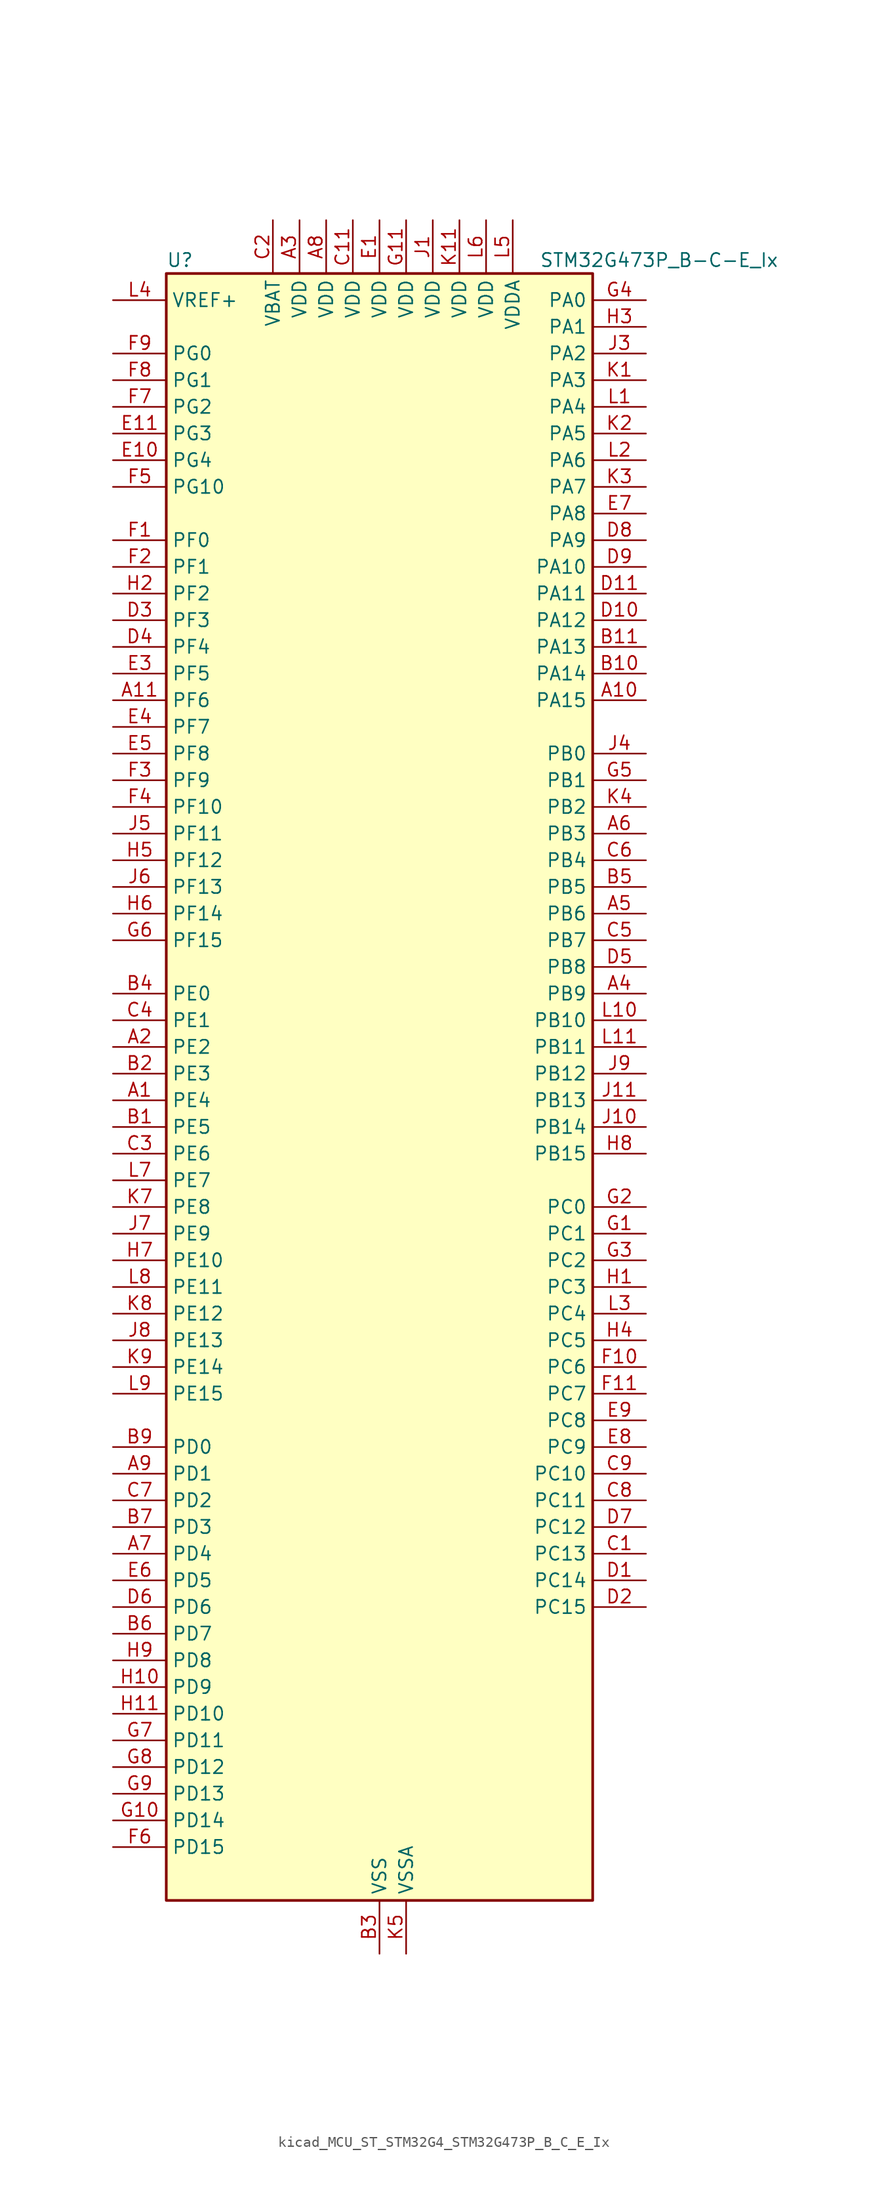
<source format=kicad_sym>
(kicad_symbol_lib
  (version 20220914)
  (generator kicad_symbol_editor)
  (symbol "kicad_MCU_ST_STM32G4_STM32G473P_B_C_E_Ix"
    (property "Reference" "U"
      (at -20.32 80.01 0)
      (effects (font (size 1.27 1.27)) (justify left)))
    (property "Value" "STM32G473P_B-C-E_Ix"
      (at 15.24 80.01 0)
      (effects (font (size 1.27 1.27)) (justify left)))
    (property "ki_locked" ""
      (at 0 0 0)
      (effects (font (size 1.27 1.27))))
    (symbol "kicad_MCU_ST_STM32G4_STM32G473P_B_C_E_Ix_0_1"
      (rectangle (start -20.32 -76.2) (end 20.32 78.74) (stroke (width 0.254) (type default)) (fill (type background))))
    (symbol "kicad_MCU_ST_STM32G4_STM32G473P_B_C_E_Ix_1_1"
      (pin bidirectional line (at -25.4 0 0) (length 5.08) (name "PE4" (effects (font (size 1.27 1.27)))) (number "A1" (effects (font (size 1.27 1.27)))) (alternate "FMC_A20" bidirectional line) (alternate "SAI1_D2" bidirectional line) (alternate "SAI1_FS_A" bidirectional line) (alternate "SPI4_NSS" bidirectional line) (alternate "SYS_TRACED1" bidirectional line) (alternate "TIM20_CH1N" bidirectional line) (alternate "TIM3_CH3" bidirectional line))
      (pin bidirectional line (at 25.4 38.1 180) (length 5.08) (name "PA15" (effects (font (size 1.27 1.27)))) (number "A10" (effects (font (size 1.27 1.27)))) (alternate "ADC1_EXTI15" bidirectional line) (alternate "ADC2_EXTI15" bidirectional line) (alternate "FDCAN3_TX" bidirectional line) (alternate "I2C1_SCL" bidirectional line) (alternate "I2S3_WS" bidirectional line) (alternate "SPI1_NSS" bidirectional line) (alternate "SPI3_NSS" bidirectional line) (alternate "SYS_JTDI" bidirectional line) (alternate "TIM1_BKIN" bidirectional line) (alternate "TIM2_CH1" bidirectional line) (alternate "TIM2_ETR" bidirectional line) (alternate "TIM8_CH1" bidirectional line) (alternate "UART4_DE" bidirectional line) (alternate "UART4_RTS" bidirectional line) (alternate "USART2_RX" bidirectional line))
      (pin bidirectional line (at -25.4 38.1 0) (length 5.08) (name "PF6" (effects (font (size 1.27 1.27)))) (number "A11" (effects (font (size 1.27 1.27)))) (alternate "I2C2_SCL" bidirectional line) (alternate "QUADSPI1_BK1_IO3" bidirectional line) (alternate "SAI1_SD_B" bidirectional line) (alternate "TIM4_CH4" bidirectional line) (alternate "TIM5_CH1" bidirectional line) (alternate "TIM5_ETR" bidirectional line) (alternate "USART3_RTS" bidirectional line))
      (pin bidirectional line (at -25.4 5.08 0) (length 5.08) (name "PE2" (effects (font (size 1.27 1.27)))) (number "A2" (effects (font (size 1.27 1.27)))) (alternate "ADC3_EXTI2" bidirectional line) (alternate "ADC4_EXTI2" bidirectional line) (alternate "ADC5_EXTI2" bidirectional line) (alternate "FMC_A23" bidirectional line) (alternate "SAI1_CK1" bidirectional line) (alternate "SAI1_MCLK_A" bidirectional line) (alternate "SPI4_SCK" bidirectional line) (alternate "SYS_TRACECLK" bidirectional line) (alternate "TIM20_CH1" bidirectional line) (alternate "TIM3_CH1" bidirectional line))
      (pin power_in line (at -7.62 83.82 270) (length 5.08) (name "VDD" (effects (font (size 1.27 1.27)))) (number "A3" (effects (font (size 1.27 1.27)))))
      (pin bidirectional line (at 25.4 10.16 180) (length 5.08) (name "PB9" (effects (font (size 1.27 1.27)))) (number "A4" (effects (font (size 1.27 1.27)))) (alternate "COMP2_OUT" bidirectional line) (alternate "DAC1_EXTI9" bidirectional line) (alternate "DAC2_EXTI9" bidirectional line) (alternate "DAC3_EXTI9" bidirectional line) (alternate "DAC4_EXTI9" bidirectional line) (alternate "FDCAN1_TX" bidirectional line) (alternate "I2C1_SDA" bidirectional line) (alternate "IR_OUT" bidirectional line) (alternate "SAI1_D2" bidirectional line) (alternate "SAI1_FS_A" bidirectional line) (alternate "TIM17_CH1" bidirectional line) (alternate "TIM1_CH3N" bidirectional line) (alternate "TIM4_CH4" bidirectional line) (alternate "TIM8_CH3" bidirectional line) (alternate "USART3_TX" bidirectional line))
      (pin bidirectional line (at 25.4 17.78 180) (length 5.08) (name "PB6" (effects (font (size 1.27 1.27)))) (number "A5" (effects (font (size 1.27 1.27)))) (alternate "COMP4_OUT" bidirectional line) (alternate "FDCAN2_TX" bidirectional line) (alternate "LPTIM1_ETR" bidirectional line) (alternate "SAI1_FS_B" bidirectional line) (alternate "TIM16_CH1N" bidirectional line) (alternate "TIM4_CH1" bidirectional line) (alternate "TIM8_BKIN2" bidirectional line) (alternate "TIM8_CH1" bidirectional line) (alternate "TIM8_ETR" bidirectional line) (alternate "UCPD1_CC1" bidirectional line) (alternate "USART1_TX" bidirectional line))
      (pin bidirectional line (at 25.4 25.4 180) (length 5.08) (name "PB3" (effects (font (size 1.27 1.27)))) (number "A6" (effects (font (size 1.27 1.27)))) (alternate "ADC3_EXTI3" bidirectional line) (alternate "ADC4_EXTI3" bidirectional line) (alternate "ADC5_EXTI3" bidirectional line) (alternate "CRS_SYNC" bidirectional line) (alternate "FDCAN3_RX" bidirectional line) (alternate "I2S3_CK" bidirectional line) (alternate "SAI1_SCK_B" bidirectional line) (alternate "SPI1_SCK" bidirectional line) (alternate "SPI3_SCK" bidirectional line) (alternate "SYS_JTDO-SWO" bidirectional line) (alternate "TIM2_CH2" bidirectional line) (alternate "TIM3_ETR" bidirectional line) (alternate "TIM4_ETR" bidirectional line) (alternate "TIM8_CH1N" bidirectional line) (alternate "USART2_TX" bidirectional line))
      (pin bidirectional line (at -25.4 -43.18 0) (length 5.08) (name "PD4" (effects (font (size 1.27 1.27)))) (number "A7" (effects (font (size 1.27 1.27)))) (alternate "FMC_NOE" bidirectional line) (alternate "QUADSPI1_BK2_IO0" bidirectional line) (alternate "TIM2_CH2" bidirectional line) (alternate "USART2_DE" bidirectional line) (alternate "USART2_RTS" bidirectional line))
      (pin power_in line (at -5.08 83.82 270) (length 5.08) (name "VDD" (effects (font (size 1.27 1.27)))) (number "A8" (effects (font (size 1.27 1.27)))))
      (pin bidirectional line (at -25.4 -35.56 0) (length 5.08) (name "PD1" (effects (font (size 1.27 1.27)))) (number "A9" (effects (font (size 1.27 1.27)))) (alternate "FDCAN1_TX" bidirectional line) (alternate "FMC_D3" bidirectional line) (alternate "FMC_DA3" bidirectional line) (alternate "TIM8_BKIN2" bidirectional line) (alternate "TIM8_CH4" bidirectional line))
      (pin bidirectional line (at -25.4 -2.54 0) (length 5.08) (name "PE5" (effects (font (size 1.27 1.27)))) (number "B1" (effects (font (size 1.27 1.27)))) (alternate "FMC_A21" bidirectional line) (alternate "SAI1_CK2" bidirectional line) (alternate "SAI1_SCK_A" bidirectional line) (alternate "SPI4_MISO" bidirectional line) (alternate "SYS_TRACED2" bidirectional line) (alternate "TIM20_CH2N" bidirectional line) (alternate "TIM3_CH4" bidirectional line))
      (pin bidirectional line (at 25.4 40.64 180) (length 5.08) (name "PA14" (effects (font (size 1.27 1.27)))) (number "B10" (effects (font (size 1.27 1.27)))) (alternate "I2C1_SDA" bidirectional line) (alternate "I2C4_SMBA" bidirectional line) (alternate "LPTIM1_OUT" bidirectional line) (alternate "SAI1_FS_B" bidirectional line) (alternate "SYS_JTCK-SWCLK" bidirectional line) (alternate "TIM1_BKIN" bidirectional line) (alternate "TIM8_CH2" bidirectional line) (alternate "USART2_TX" bidirectional line))
      (pin bidirectional line (at 25.4 43.18 180) (length 5.08) (name "PA13" (effects (font (size 1.27 1.27)))) (number "B11" (effects (font (size 1.27 1.27)))) (alternate "I2C1_SCL" bidirectional line) (alternate "I2C4_SCL" bidirectional line) (alternate "IR_OUT" bidirectional line) (alternate "SAI1_SD_B" bidirectional line) (alternate "SYS_JTMS-SWDIO" bidirectional line) (alternate "TIM16_CH1N" bidirectional line) (alternate "TIM4_CH3" bidirectional line) (alternate "USART3_CTS" bidirectional line) (alternate "USART3_NSS" bidirectional line))
      (pin bidirectional line (at -25.4 2.54 0) (length 5.08) (name "PE3" (effects (font (size 1.27 1.27)))) (number "B2" (effects (font (size 1.27 1.27)))) (alternate "ADC3_EXTI3" bidirectional line) (alternate "ADC4_EXTI3" bidirectional line) (alternate "ADC5_EXTI3" bidirectional line) (alternate "FMC_A19" bidirectional line) (alternate "SAI1_SD_B" bidirectional line) (alternate "SPI4_NSS" bidirectional line) (alternate "SYS_TRACED0" bidirectional line) (alternate "TIM20_CH2" bidirectional line) (alternate "TIM3_CH2" bidirectional line))
      (pin power_in line (at 0 -81.28 90) (length 5.08) (name "VSS" (effects (font (size 1.27 1.27)))) (number "B3" (effects (font (size 1.27 1.27)))))
      (pin bidirectional line (at -25.4 10.16 0) (length 5.08) (name "PE0" (effects (font (size 1.27 1.27)))) (number "B4" (effects (font (size 1.27 1.27)))) (alternate "FMC_NBL0" bidirectional line) (alternate "TIM16_CH1" bidirectional line) (alternate "TIM20_CH4N" bidirectional line) (alternate "TIM20_ETR" bidirectional line) (alternate "TIM4_ETR" bidirectional line) (alternate "USART1_TX" bidirectional line))
      (pin bidirectional line (at 25.4 20.32 180) (length 5.08) (name "PB5" (effects (font (size 1.27 1.27)))) (number "B5" (effects (font (size 1.27 1.27)))) (alternate "FDCAN2_RX" bidirectional line) (alternate "I2C1_SMBA" bidirectional line) (alternate "I2C3_SDA" bidirectional line) (alternate "I2S3_SD" bidirectional line) (alternate "LPTIM1_IN1" bidirectional line) (alternate "SAI1_SD_B" bidirectional line) (alternate "SPI1_MOSI" bidirectional line) (alternate "SPI3_MOSI" bidirectional line) (alternate "TIM16_BKIN" bidirectional line) (alternate "TIM17_CH1" bidirectional line) (alternate "TIM3_CH2" bidirectional line) (alternate "TIM8_CH3N" bidirectional line) (alternate "UART5_CTS" bidirectional line) (alternate "USART2_CK" bidirectional line))
      (pin bidirectional line (at -25.4 -50.8 0) (length 5.08) (name "PD7" (effects (font (size 1.27 1.27)))) (number "B6" (effects (font (size 1.27 1.27)))) (alternate "FMC_NCE" bidirectional line) (alternate "FMC_NE1" bidirectional line) (alternate "QUADSPI1_BK2_IO3" bidirectional line) (alternate "TIM2_CH3" bidirectional line) (alternate "USART2_CK" bidirectional line))
      (pin bidirectional line (at -25.4 -40.64 0) (length 5.08) (name "PD3" (effects (font (size 1.27 1.27)))) (number "B7" (effects (font (size 1.27 1.27)))) (alternate "ADC3_EXTI3" bidirectional line) (alternate "ADC4_EXTI3" bidirectional line) (alternate "ADC5_EXTI3" bidirectional line) (alternate "FMC_CLK" bidirectional line) (alternate "QUADSPI1_BK2_NCS" bidirectional line) (alternate "TIM2_CH1" bidirectional line) (alternate "TIM2_ETR" bidirectional line) (alternate "USART2_CTS" bidirectional line) (alternate "USART2_NSS" bidirectional line))
      (pin passive line (at 0 -81.28 90) (length 5.08) hide (name "VSS" (effects (font (size 1.27 1.27)))) (number "B8" (effects (font (size 1.27 1.27)))))
      (pin bidirectional line (at -25.4 -33.02 0) (length 5.08) (name "PD0" (effects (font (size 1.27 1.27)))) (number "B9" (effects (font (size 1.27 1.27)))) (alternate "FDCAN1_RX" bidirectional line) (alternate "FMC_D2" bidirectional line) (alternate "FMC_DA2" bidirectional line) (alternate "TIM8_CH4N" bidirectional line))
      (pin bidirectional line (at 25.4 -43.18 180) (length 5.08) (name "PC13" (effects (font (size 1.27 1.27)))) (number "C1" (effects (font (size 1.27 1.27)))) (alternate "RTC_OUT1" bidirectional line) (alternate "RTC_TAMP1" bidirectional line) (alternate "RTC_TS" bidirectional line) (alternate "SYS_WKUP2" bidirectional line) (alternate "TIM1_BKIN" bidirectional line) (alternate "TIM1_CH1N" bidirectional line) (alternate "TIM8_CH4N" bidirectional line))
      (pin passive line (at 0 -81.28 90) (length 5.08) hide (name "VSS" (effects (font (size 1.27 1.27)))) (number "C10" (effects (font (size 1.27 1.27)))))
      (pin power_in line (at -2.54 83.82 270) (length 5.08) (name "VDD" (effects (font (size 1.27 1.27)))) (number "C11" (effects (font (size 1.27 1.27)))))
      (pin power_in line (at -10.16 83.82 270) (length 5.08) (name "VBAT" (effects (font (size 1.27 1.27)))) (number "C2" (effects (font (size 1.27 1.27)))))
      (pin bidirectional line (at -25.4 -5.08 0) (length 5.08) (name "PE6" (effects (font (size 1.27 1.27)))) (number "C3" (effects (font (size 1.27 1.27)))) (alternate "FMC_A22" bidirectional line) (alternate "RTC_TAMP3" bidirectional line) (alternate "SAI1_D1" bidirectional line) (alternate "SAI1_SD_A" bidirectional line) (alternate "SPI4_MOSI" bidirectional line) (alternate "SYS_TRACED3" bidirectional line) (alternate "SYS_WKUP3" bidirectional line) (alternate "TIM20_CH3N" bidirectional line))
      (pin bidirectional line (at -25.4 7.62 0) (length 5.08) (name "PE1" (effects (font (size 1.27 1.27)))) (number "C4" (effects (font (size 1.27 1.27)))) (alternate "FMC_NBL1" bidirectional line) (alternate "TIM17_CH1" bidirectional line) (alternate "TIM20_CH4" bidirectional line) (alternate "USART1_RX" bidirectional line))
      (pin bidirectional line (at 25.4 15.24 180) (length 5.08) (name "PB7" (effects (font (size 1.27 1.27)))) (number "C5" (effects (font (size 1.27 1.27)))) (alternate "COMP3_OUT" bidirectional line) (alternate "FMC_NL" bidirectional line) (alternate "I2C1_SDA" bidirectional line) (alternate "I2C4_SDA" bidirectional line) (alternate "LPTIM1_IN2" bidirectional line) (alternate "SYS_PVD_IN" bidirectional line) (alternate "TIM17_CH1N" bidirectional line) (alternate "TIM3_CH4" bidirectional line) (alternate "TIM4_CH2" bidirectional line) (alternate "TIM8_BKIN" bidirectional line) (alternate "UART4_CTS" bidirectional line) (alternate "USART1_RX" bidirectional line))
      (pin bidirectional line (at 25.4 22.86 180) (length 5.08) (name "PB4" (effects (font (size 1.27 1.27)))) (number "C6" (effects (font (size 1.27 1.27)))) (alternate "FDCAN3_TX" bidirectional line) (alternate "SAI1_MCLK_B" bidirectional line) (alternate "SPI1_MISO" bidirectional line) (alternate "SPI3_MISO" bidirectional line) (alternate "SYS_JTRST" bidirectional line) (alternate "TIM16_CH1" bidirectional line) (alternate "TIM17_BKIN" bidirectional line) (alternate "TIM3_CH1" bidirectional line) (alternate "TIM8_CH2N" bidirectional line) (alternate "UART5_DE" bidirectional line) (alternate "UART5_RTS" bidirectional line) (alternate "UCPD1_CC2" bidirectional line) (alternate "USART2_RX" bidirectional line))
      (pin bidirectional line (at -25.4 -38.1 0) (length 5.08) (name "PD2" (effects (font (size 1.27 1.27)))) (number "C7" (effects (font (size 1.27 1.27)))) (alternate "ADC3_EXTI2" bidirectional line) (alternate "ADC4_EXTI2" bidirectional line) (alternate "ADC5_EXTI2" bidirectional line) (alternate "TIM3_ETR" bidirectional line) (alternate "TIM8_BKIN" bidirectional line) (alternate "UART5_RX" bidirectional line))
      (pin bidirectional line (at 25.4 -38.1 180) (length 5.08) (name "PC11" (effects (font (size 1.27 1.27)))) (number "C8" (effects (font (size 1.27 1.27)))) (alternate "ADC1_EXTI11" bidirectional line) (alternate "ADC2_EXTI11" bidirectional line) (alternate "I2C3_SDA" bidirectional line) (alternate "SPI3_MISO" bidirectional line) (alternate "TIM8_CH2N" bidirectional line) (alternate "UART4_RX" bidirectional line) (alternate "USART3_RX" bidirectional line))
      (pin bidirectional line (at 25.4 -35.56 180) (length 5.08) (name "PC10" (effects (font (size 1.27 1.27)))) (number "C9" (effects (font (size 1.27 1.27)))) (alternate "DAC1_EXTI10" bidirectional line) (alternate "DAC2_EXTI10" bidirectional line) (alternate "DAC3_EXTI10" bidirectional line) (alternate "DAC4_EXTI10" bidirectional line) (alternate "I2S3_CK" bidirectional line) (alternate "SPI3_SCK" bidirectional line) (alternate "TIM8_CH1N" bidirectional line) (alternate "UART4_TX" bidirectional line) (alternate "USART3_TX" bidirectional line))
      (pin bidirectional line (at 25.4 -45.72 180) (length 5.08) (name "PC14" (effects (font (size 1.27 1.27)))) (number "D1" (effects (font (size 1.27 1.27)))) (alternate "RCC_OSC32_IN" bidirectional line))
      (pin bidirectional line (at 25.4 45.72 180) (length 5.08) (name "PA12" (effects (font (size 1.27 1.27)))) (number "D10" (effects (font (size 1.27 1.27)))) (alternate "COMP2_OUT" bidirectional line) (alternate "FDCAN1_TX" bidirectional line) (alternate "I2S_CKIN" bidirectional line) (alternate "TIM16_CH1" bidirectional line) (alternate "TIM1_CH2N" bidirectional line) (alternate "TIM1_ETR" bidirectional line) (alternate "TIM4_CH2" bidirectional line) (alternate "USART1_DE" bidirectional line) (alternate "USART1_RTS" bidirectional line) (alternate "USB_DP" bidirectional line))
      (pin bidirectional line (at 25.4 48.26 180) (length 5.08) (name "PA11" (effects (font (size 1.27 1.27)))) (number "D11" (effects (font (size 1.27 1.27)))) (alternate "ADC1_EXTI11" bidirectional line) (alternate "ADC2_EXTI11" bidirectional line) (alternate "COMP1_OUT" bidirectional line) (alternate "FDCAN1_RX" bidirectional line) (alternate "I2S2_SD" bidirectional line) (alternate "SPI2_MOSI" bidirectional line) (alternate "TIM1_BKIN2" bidirectional line) (alternate "TIM1_CH1N" bidirectional line) (alternate "TIM1_CH4" bidirectional line) (alternate "TIM4_CH1" bidirectional line) (alternate "USART1_CTS" bidirectional line) (alternate "USART1_NSS" bidirectional line) (alternate "USB_DM" bidirectional line))
      (pin bidirectional line (at 25.4 -48.26 180) (length 5.08) (name "PC15" (effects (font (size 1.27 1.27)))) (number "D2" (effects (font (size 1.27 1.27)))) (alternate "ADC1_EXTI15" bidirectional line) (alternate "ADC2_EXTI15" bidirectional line) (alternate "RCC_OSC32_OUT" bidirectional line))
      (pin bidirectional line (at -25.4 45.72 0) (length 5.08) (name "PF3" (effects (font (size 1.27 1.27)))) (number "D3" (effects (font (size 1.27 1.27)))) (alternate "ADC3_EXTI3" bidirectional line) (alternate "ADC4_EXTI3" bidirectional line) (alternate "ADC5_EXTI3" bidirectional line) (alternate "FMC_A3" bidirectional line) (alternate "I2C3_SCL" bidirectional line) (alternate "TIM20_CH4" bidirectional line))
      (pin bidirectional line (at -25.4 43.18 0) (length 5.08) (name "PF4" (effects (font (size 1.27 1.27)))) (number "D4" (effects (font (size 1.27 1.27)))) (alternate "COMP1_OUT" bidirectional line) (alternate "FMC_A4" bidirectional line) (alternate "I2C3_SDA" bidirectional line) (alternate "TIM20_CH1N" bidirectional line))
      (pin bidirectional line (at 25.4 12.7 180) (length 5.08) (name "PB8" (effects (font (size 1.27 1.27)))) (number "D5" (effects (font (size 1.27 1.27)))) (alternate "COMP1_OUT" bidirectional line) (alternate "FDCAN1_RX" bidirectional line) (alternate "I2C1_SCL" bidirectional line) (alternate "SAI1_CK1" bidirectional line) (alternate "SAI1_MCLK_A" bidirectional line) (alternate "TIM16_CH1" bidirectional line) (alternate "TIM1_BKIN" bidirectional line) (alternate "TIM4_CH3" bidirectional line) (alternate "TIM8_CH2" bidirectional line) (alternate "USART3_RX" bidirectional line))
      (pin bidirectional line (at -25.4 -48.26 0) (length 5.08) (name "PD6" (effects (font (size 1.27 1.27)))) (number "D6" (effects (font (size 1.27 1.27)))) (alternate "FMC_NWAIT" bidirectional line) (alternate "QUADSPI1_BK2_IO2" bidirectional line) (alternate "SAI1_D1" bidirectional line) (alternate "SAI1_SD_A" bidirectional line) (alternate "TIM2_CH4" bidirectional line) (alternate "USART2_RX" bidirectional line))
      (pin bidirectional line (at 25.4 -40.64 180) (length 5.08) (name "PC12" (effects (font (size 1.27 1.27)))) (number "D7" (effects (font (size 1.27 1.27)))) (alternate "I2S3_SD" bidirectional line) (alternate "SPI3_MOSI" bidirectional line) (alternate "TIM5_CH2" bidirectional line) (alternate "TIM8_CH3N" bidirectional line) (alternate "UART5_TX" bidirectional line) (alternate "UCPD1_FRSTX1" bidirectional line) (alternate "UCPD1_FRSTX2" bidirectional line) (alternate "USART3_CK" bidirectional line))
      (pin bidirectional line (at 25.4 53.34 180) (length 5.08) (name "PA9" (effects (font (size 1.27 1.27)))) (number "D8" (effects (font (size 1.27 1.27)))) (alternate "ADC5_IN2" bidirectional line) (alternate "COMP5_OUT" bidirectional line) (alternate "DAC1_EXTI9" bidirectional line) (alternate "DAC2_EXTI9" bidirectional line) (alternate "DAC3_EXTI9" bidirectional line) (alternate "DAC4_EXTI9" bidirectional line) (alternate "I2C2_SCL" bidirectional line) (alternate "I2C3_SMBA" bidirectional line) (alternate "I2S3_MCK" bidirectional line) (alternate "SAI1_FS_A" bidirectional line) (alternate "TIM15_BKIN" bidirectional line) (alternate "TIM1_CH2" bidirectional line) (alternate "TIM2_CH3" bidirectional line) (alternate "UCPD1_DBCC1" bidirectional line) (alternate "USART1_TX" bidirectional line))
      (pin bidirectional line (at 25.4 50.8 180) (length 5.08) (name "PA10" (effects (font (size 1.27 1.27)))) (number "D9" (effects (font (size 1.27 1.27)))) (alternate "COMP6_OUT" bidirectional line) (alternate "CRS_SYNC" bidirectional line) (alternate "DAC1_EXTI10" bidirectional line) (alternate "DAC2_EXTI10" bidirectional line) (alternate "DAC3_EXTI10" bidirectional line) (alternate "DAC4_EXTI10" bidirectional line) (alternate "I2C2_SMBA" bidirectional line) (alternate "SAI1_D1" bidirectional line) (alternate "SAI1_SD_A" bidirectional line) (alternate "SPI2_MISO" bidirectional line) (alternate "TIM17_BKIN" bidirectional line) (alternate "TIM1_CH3" bidirectional line) (alternate "TIM2_CH4" bidirectional line) (alternate "TIM8_BKIN" bidirectional line) (alternate "UCPD1_DBCC2" bidirectional line) (alternate "USART1_RX" bidirectional line))
      (pin power_in line (at 0 83.82 270) (length 5.08) (name "VDD" (effects (font (size 1.27 1.27)))) (number "E1" (effects (font (size 1.27 1.27)))))
      (pin bidirectional line (at -25.4 60.96 0) (length 5.08) (name "PG4" (effects (font (size 1.27 1.27)))) (number "E10" (effects (font (size 1.27 1.27)))) (alternate "FMC_A14" bidirectional line) (alternate "I2C4_SDA" bidirectional line) (alternate "SPI1_MOSI" bidirectional line) (alternate "TIM20_BKIN2" bidirectional line))
      (pin bidirectional line (at -25.4 63.5 0) (length 5.08) (name "PG3" (effects (font (size 1.27 1.27)))) (number "E11" (effects (font (size 1.27 1.27)))) (alternate "ADC3_EXTI3" bidirectional line) (alternate "ADC4_EXTI3" bidirectional line) (alternate "ADC5_EXTI3" bidirectional line) (alternate "FMC_A13" bidirectional line) (alternate "I2C4_SCL" bidirectional line) (alternate "SPI1_MISO" bidirectional line) (alternate "TIM20_BKIN" bidirectional line) (alternate "TIM20_CH4N" bidirectional line))
      (pin passive line (at 0 -81.28 90) (length 5.08) hide (name "VSS" (effects (font (size 1.27 1.27)))) (number "E2" (effects (font (size 1.27 1.27)))))
      (pin bidirectional line (at -25.4 40.64 0) (length 5.08) (name "PF5" (effects (font (size 1.27 1.27)))) (number "E3" (effects (font (size 1.27 1.27)))) (alternate "FMC_A5" bidirectional line) (alternate "TIM20_CH2N" bidirectional line))
      (pin bidirectional line (at -25.4 35.56 0) (length 5.08) (name "PF7" (effects (font (size 1.27 1.27)))) (number "E4" (effects (font (size 1.27 1.27)))) (alternate "FMC_A1" bidirectional line) (alternate "QUADSPI1_BK1_IO2" bidirectional line) (alternate "SAI1_MCLK_B" bidirectional line) (alternate "TIM20_BKIN" bidirectional line) (alternate "TIM5_CH2" bidirectional line))
      (pin bidirectional line (at -25.4 33.02 0) (length 5.08) (name "PF8" (effects (font (size 1.27 1.27)))) (number "E5" (effects (font (size 1.27 1.27)))) (alternate "FMC_A24" bidirectional line) (alternate "QUADSPI1_BK1_IO0" bidirectional line) (alternate "SAI1_SCK_B" bidirectional line) (alternate "TIM20_BKIN2" bidirectional line) (alternate "TIM5_CH3" bidirectional line))
      (pin bidirectional line (at -25.4 -45.72 0) (length 5.08) (name "PD5" (effects (font (size 1.27 1.27)))) (number "E6" (effects (font (size 1.27 1.27)))) (alternate "FMC_NWE" bidirectional line) (alternate "QUADSPI1_BK2_IO1" bidirectional line) (alternate "USART2_TX" bidirectional line))
      (pin bidirectional line (at 25.4 55.88 180) (length 5.08) (name "PA8" (effects (font (size 1.27 1.27)))) (number "E7" (effects (font (size 1.27 1.27)))) (alternate "ADC5_IN1" bidirectional line) (alternate "COMP7_OUT" bidirectional line) (alternate "FDCAN3_RX" bidirectional line) (alternate "I2C2_SDA" bidirectional line) (alternate "I2C3_SCL" bidirectional line) (alternate "I2S2_MCK" bidirectional line) (alternate "OPAMP5_VOUT" bidirectional line) (alternate "RCC_MCO" bidirectional line) (alternate "SAI1_CK2" bidirectional line) (alternate "SAI1_SCK_A" bidirectional line) (alternate "TIM1_CH1" bidirectional line) (alternate "TIM4_ETR" bidirectional line) (alternate "USART1_CK" bidirectional line))
      (pin bidirectional line (at 25.4 -33.02 180) (length 5.08) (name "PC9" (effects (font (size 1.27 1.27)))) (number "E8" (effects (font (size 1.27 1.27)))) (alternate "DAC1_EXTI9" bidirectional line) (alternate "DAC2_EXTI9" bidirectional line) (alternate "DAC3_EXTI9" bidirectional line) (alternate "DAC4_EXTI9" bidirectional line) (alternate "I2C3_SDA" bidirectional line) (alternate "I2S_CKIN" bidirectional line) (alternate "TIM3_CH4" bidirectional line) (alternate "TIM8_BKIN2" bidirectional line) (alternate "TIM8_CH4" bidirectional line))
      (pin bidirectional line (at 25.4 -30.48 180) (length 5.08) (name "PC8" (effects (font (size 1.27 1.27)))) (number "E9" (effects (font (size 1.27 1.27)))) (alternate "COMP7_OUT" bidirectional line) (alternate "I2C3_SCL" bidirectional line) (alternate "TIM20_CH3" bidirectional line) (alternate "TIM3_CH3" bidirectional line) (alternate "TIM8_CH3" bidirectional line))
      (pin bidirectional line (at -25.4 53.34 0) (length 5.08) (name "PF0" (effects (font (size 1.27 1.27)))) (number "F1" (effects (font (size 1.27 1.27)))) (alternate "ADC1_IN10" bidirectional line) (alternate "I2C2_SDA" bidirectional line) (alternate "I2S2_WS" bidirectional line) (alternate "RCC_OSC_IN" bidirectional line) (alternate "SPI2_NSS" bidirectional line) (alternate "TIM1_CH3N" bidirectional line))
      (pin bidirectional line (at 25.4 -25.4 180) (length 5.08) (name "PC6" (effects (font (size 1.27 1.27)))) (number "F10" (effects (font (size 1.27 1.27)))) (alternate "COMP6_OUT" bidirectional line) (alternate "I2C4_SCL" bidirectional line) (alternate "I2S2_MCK" bidirectional line) (alternate "TIM3_CH1" bidirectional line) (alternate "TIM8_CH1" bidirectional line))
      (pin bidirectional line (at 25.4 -27.94 180) (length 5.08) (name "PC7" (effects (font (size 1.27 1.27)))) (number "F11" (effects (font (size 1.27 1.27)))) (alternate "COMP5_OUT" bidirectional line) (alternate "I2C4_SDA" bidirectional line) (alternate "I2S3_MCK" bidirectional line) (alternate "TIM3_CH2" bidirectional line) (alternate "TIM8_CH2" bidirectional line))
      (pin bidirectional line (at -25.4 50.8 0) (length 5.08) (name "PF1" (effects (font (size 1.27 1.27)))) (number "F2" (effects (font (size 1.27 1.27)))) (alternate "ADC2_IN10" bidirectional line) (alternate "COMP3_INM" bidirectional line) (alternate "I2S2_CK" bidirectional line) (alternate "RCC_OSC_OUT" bidirectional line) (alternate "SPI2_SCK" bidirectional line))
      (pin bidirectional line (at -25.4 30.48 0) (length 5.08) (name "PF9" (effects (font (size 1.27 1.27)))) (number "F3" (effects (font (size 1.27 1.27)))) (alternate "DAC1_EXTI9" bidirectional line) (alternate "DAC2_EXTI9" bidirectional line) (alternate "DAC3_EXTI9" bidirectional line) (alternate "DAC4_EXTI9" bidirectional line) (alternate "FMC_A25" bidirectional line) (alternate "QUADSPI1_BK1_IO1" bidirectional line) (alternate "SAI1_FS_B" bidirectional line) (alternate "SPI2_SCK" bidirectional line) (alternate "TIM15_CH1" bidirectional line) (alternate "TIM20_BKIN" bidirectional line) (alternate "TIM5_CH4" bidirectional line))
      (pin bidirectional line (at -25.4 27.94 0) (length 5.08) (name "PF10" (effects (font (size 1.27 1.27)))) (number "F4" (effects (font (size 1.27 1.27)))) (alternate "DAC1_EXTI10" bidirectional line) (alternate "DAC2_EXTI10" bidirectional line) (alternate "DAC3_EXTI10" bidirectional line) (alternate "DAC4_EXTI10" bidirectional line) (alternate "FMC_A0" bidirectional line) (alternate "QUADSPI1_CLK" bidirectional line) (alternate "SAI1_D3" bidirectional line) (alternate "SPI2_SCK" bidirectional line) (alternate "TIM15_CH2" bidirectional line) (alternate "TIM20_BKIN2" bidirectional line))
      (pin bidirectional line (at -25.4 58.42 0) (length 5.08) (name "PG10" (effects (font (size 1.27 1.27)))) (number "F5" (effects (font (size 1.27 1.27)))) (alternate "DAC1_EXTI10" bidirectional line) (alternate "DAC2_EXTI10" bidirectional line) (alternate "DAC3_EXTI10" bidirectional line) (alternate "DAC4_EXTI10" bidirectional line) (alternate "RCC_MCO" bidirectional line))
      (pin bidirectional line (at -25.4 -71.12 0) (length 5.08) (name "PD15" (effects (font (size 1.27 1.27)))) (number "F6" (effects (font (size 1.27 1.27)))) (alternate "ADC1_EXTI15" bidirectional line) (alternate "ADC2_EXTI15" bidirectional line) (alternate "COMP7_INM" bidirectional line) (alternate "FMC_D1" bidirectional line) (alternate "FMC_DA1" bidirectional line) (alternate "SPI2_NSS" bidirectional line) (alternate "TIM4_CH4" bidirectional line))
      (pin bidirectional line (at -25.4 66.04 0) (length 5.08) (name "PG2" (effects (font (size 1.27 1.27)))) (number "F7" (effects (font (size 1.27 1.27)))) (alternate "ADC3_EXTI2" bidirectional line) (alternate "ADC4_EXTI2" bidirectional line) (alternate "ADC5_EXTI2" bidirectional line) (alternate "FMC_A12" bidirectional line) (alternate "SPI1_SCK" bidirectional line) (alternate "TIM20_CH3N" bidirectional line))
      (pin bidirectional line (at -25.4 68.58 0) (length 5.08) (name "PG1" (effects (font (size 1.27 1.27)))) (number "F8" (effects (font (size 1.27 1.27)))) (alternate "FMC_A11" bidirectional line) (alternate "TIM20_CH2N" bidirectional line))
      (pin bidirectional line (at -25.4 71.12 0) (length 5.08) (name "PG0" (effects (font (size 1.27 1.27)))) (number "F9" (effects (font (size 1.27 1.27)))) (alternate "FMC_A10" bidirectional line) (alternate "TIM20_CH1N" bidirectional line))
      (pin bidirectional line (at 25.4 -12.7 180) (length 5.08) (name "PC1" (effects (font (size 1.27 1.27)))) (number "G1" (effects (font (size 1.27 1.27)))) (alternate "ADC1_IN7" bidirectional line) (alternate "ADC2_IN7" bidirectional line) (alternate "COMP3_INP" bidirectional line) (alternate "LPTIM1_OUT" bidirectional line) (alternate "LPUART1_TX" bidirectional line) (alternate "QUADSPI1_BK2_IO0" bidirectional line) (alternate "SAI1_SD_A" bidirectional line) (alternate "TIM1_CH2" bidirectional line))
      (pin bidirectional line (at -25.4 -68.58 0) (length 5.08) (name "PD14" (effects (font (size 1.27 1.27)))) (number "G10" (effects (font (size 1.27 1.27)))) (alternate "ADC3_IN11" bidirectional line) (alternate "ADC4_IN11" bidirectional line) (alternate "ADC5_IN11" bidirectional line) (alternate "COMP7_INP" bidirectional line) (alternate "FMC_D0" bidirectional line) (alternate "FMC_DA0" bidirectional line) (alternate "OPAMP2_VINP" bidirectional line) (alternate "OPAMP2_VINP_SEC" bidirectional line) (alternate "TIM4_CH3" bidirectional line))
      (pin power_in line (at 2.54 83.82 270) (length 5.08) (name "VDD" (effects (font (size 1.27 1.27)))) (number "G11" (effects (font (size 1.27 1.27)))))
      (pin bidirectional line (at 25.4 -10.16 180) (length 5.08) (name "PC0" (effects (font (size 1.27 1.27)))) (number "G2" (effects (font (size 1.27 1.27)))) (alternate "ADC1_IN6" bidirectional line) (alternate "ADC2_IN6" bidirectional line) (alternate "COMP3_INM" bidirectional line) (alternate "LPTIM1_IN1" bidirectional line) (alternate "LPUART1_RX" bidirectional line) (alternate "TIM1_CH1" bidirectional line))
      (pin bidirectional line (at 25.4 -15.24 180) (length 5.08) (name "PC2" (effects (font (size 1.27 1.27)))) (number "G3" (effects (font (size 1.27 1.27)))) (alternate "ADC1_IN8" bidirectional line) (alternate "ADC2_IN8" bidirectional line) (alternate "ADC3_EXTI2" bidirectional line) (alternate "ADC4_EXTI2" bidirectional line) (alternate "ADC5_EXTI2" bidirectional line) (alternate "COMP3_OUT" bidirectional line) (alternate "LPTIM1_IN2" bidirectional line) (alternate "QUADSPI1_BK2_IO1" bidirectional line) (alternate "TIM1_CH3" bidirectional line) (alternate "TIM20_CH2" bidirectional line))
      (pin bidirectional line (at 25.4 76.2 180) (length 5.08) (name "PA0" (effects (font (size 1.27 1.27)))) (number "G4" (effects (font (size 1.27 1.27)))) (alternate "ADC1_IN1" bidirectional line) (alternate "ADC2_IN1" bidirectional line) (alternate "COMP1_INM" bidirectional line) (alternate "COMP1_OUT" bidirectional line) (alternate "COMP3_INP" bidirectional line) (alternate "RTC_TAMP2" bidirectional line) (alternate "SYS_WKUP1" bidirectional line) (alternate "TIM2_CH1" bidirectional line) (alternate "TIM2_ETR" bidirectional line) (alternate "TIM5_CH1" bidirectional line) (alternate "TIM8_BKIN" bidirectional line) (alternate "TIM8_ETR" bidirectional line) (alternate "USART2_CTS" bidirectional line) (alternate "USART2_NSS" bidirectional line))
      (pin bidirectional line (at 25.4 30.48 180) (length 5.08) (name "PB1" (effects (font (size 1.27 1.27)))) (number "G5" (effects (font (size 1.27 1.27)))) (alternate "ADC1_IN12" bidirectional line) (alternate "ADC3_IN1" bidirectional line) (alternate "COMP1_INP" bidirectional line) (alternate "COMP4_OUT" bidirectional line) (alternate "LPUART1_DE" bidirectional line) (alternate "LPUART1_RTS" bidirectional line) (alternate "OPAMP3_VOUT" bidirectional line) (alternate "OPAMP6_VINM" bidirectional line) (alternate "OPAMP6_VINM1" bidirectional line) (alternate "OPAMP6_VINM_SEC" bidirectional line) (alternate "QUADSPI1_BK1_IO0" bidirectional line) (alternate "TIM1_CH3N" bidirectional line) (alternate "TIM3_CH4" bidirectional line) (alternate "TIM8_CH3N" bidirectional line))
      (pin bidirectional line (at -25.4 15.24 0) (length 5.08) (name "PF15" (effects (font (size 1.27 1.27)))) (number "G6" (effects (font (size 1.27 1.27)))) (alternate "ADC1_EXTI15" bidirectional line) (alternate "ADC2_EXTI15" bidirectional line) (alternate "FMC_A9" bidirectional line) (alternate "I2C4_SDA" bidirectional line) (alternate "TIM20_CH4" bidirectional line))
      (pin bidirectional line (at -25.4 -60.96 0) (length 5.08) (name "PD11" (effects (font (size 1.27 1.27)))) (number "G7" (effects (font (size 1.27 1.27)))) (alternate "ADC1_EXTI11" bidirectional line) (alternate "ADC2_EXTI11" bidirectional line) (alternate "ADC3_IN8" bidirectional line) (alternate "ADC4_IN8" bidirectional line) (alternate "ADC5_IN8" bidirectional line) (alternate "COMP6_INP" bidirectional line) (alternate "FMC_A16" bidirectional line) (alternate "FMC_CLE" bidirectional line) (alternate "I2C4_SMBA" bidirectional line) (alternate "OPAMP4_VINP" bidirectional line) (alternate "OPAMP4_VINP_SEC" bidirectional line) (alternate "TIM5_ETR" bidirectional line) (alternate "USART3_CTS" bidirectional line) (alternate "USART3_NSS" bidirectional line))
      (pin bidirectional line (at -25.4 -63.5 0) (length 5.08) (name "PD12" (effects (font (size 1.27 1.27)))) (number "G8" (effects (font (size 1.27 1.27)))) (alternate "ADC3_IN9" bidirectional line) (alternate "ADC4_IN9" bidirectional line) (alternate "ADC5_IN9" bidirectional line) (alternate "COMP5_INP" bidirectional line) (alternate "FMC_A17" bidirectional line) (alternate "FMC_ALE" bidirectional line) (alternate "OPAMP5_VINP" bidirectional line) (alternate "OPAMP5_VINP_SEC" bidirectional line) (alternate "TIM4_CH1" bidirectional line) (alternate "USART3_DE" bidirectional line) (alternate "USART3_RTS" bidirectional line))
      (pin bidirectional line (at -25.4 -66.04 0) (length 5.08) (name "PD13" (effects (font (size 1.27 1.27)))) (number "G9" (effects (font (size 1.27 1.27)))) (alternate "ADC3_IN10" bidirectional line) (alternate "ADC4_IN10" bidirectional line) (alternate "ADC5_IN10" bidirectional line) (alternate "COMP5_INM" bidirectional line) (alternate "FMC_A18" bidirectional line) (alternate "TIM4_CH2" bidirectional line))
      (pin bidirectional line (at 25.4 -17.78 180) (length 5.08) (name "PC3" (effects (font (size 1.27 1.27)))) (number "H1" (effects (font (size 1.27 1.27)))) (alternate "ADC1_IN9" bidirectional line) (alternate "ADC2_IN9" bidirectional line) (alternate "ADC3_EXTI3" bidirectional line) (alternate "ADC4_EXTI3" bidirectional line) (alternate "ADC5_EXTI3" bidirectional line) (alternate "LPTIM1_ETR" bidirectional line) (alternate "OPAMP5_VINP" bidirectional line) (alternate "OPAMP5_VINP_SEC" bidirectional line) (alternate "QUADSPI1_BK2_IO2" bidirectional line) (alternate "SAI1_D1" bidirectional line) (alternate "SAI1_SD_A" bidirectional line) (alternate "TIM1_BKIN2" bidirectional line) (alternate "TIM1_CH4" bidirectional line))
      (pin bidirectional line (at -25.4 -55.88 0) (length 5.08) (name "PD9" (effects (font (size 1.27 1.27)))) (number "H10" (effects (font (size 1.27 1.27)))) (alternate "ADC4_IN13" bidirectional line) (alternate "ADC5_IN13" bidirectional line) (alternate "DAC1_EXTI9" bidirectional line) (alternate "DAC2_EXTI9" bidirectional line) (alternate "DAC3_EXTI9" bidirectional line) (alternate "DAC4_EXTI9" bidirectional line) (alternate "FMC_D14" bidirectional line) (alternate "FMC_DA14" bidirectional line) (alternate "OPAMP6_VINP" bidirectional line) (alternate "OPAMP6_VINP_SEC" bidirectional line) (alternate "USART3_RX" bidirectional line))
      (pin bidirectional line (at -25.4 -58.42 0) (length 5.08) (name "PD10" (effects (font (size 1.27 1.27)))) (number "H11" (effects (font (size 1.27 1.27)))) (alternate "ADC3_IN7" bidirectional line) (alternate "ADC4_IN7" bidirectional line) (alternate "ADC5_IN7" bidirectional line) (alternate "COMP6_INM" bidirectional line) (alternate "DAC1_EXTI10" bidirectional line) (alternate "DAC2_EXTI10" bidirectional line) (alternate "DAC3_EXTI10" bidirectional line) (alternate "DAC4_EXTI10" bidirectional line) (alternate "FMC_D15" bidirectional line) (alternate "FMC_DA15" bidirectional line) (alternate "USART3_CK" bidirectional line))
      (pin bidirectional line (at -25.4 48.26 0) (length 5.08) (name "PF2" (effects (font (size 1.27 1.27)))) (number "H2" (effects (font (size 1.27 1.27)))) (alternate "ADC3_EXTI2" bidirectional line) (alternate "ADC4_EXTI2" bidirectional line) (alternate "ADC5_EXTI2" bidirectional line) (alternate "FMC_A2" bidirectional line) (alternate "I2C2_SMBA" bidirectional line) (alternate "TIM20_CH3" bidirectional line))
      (pin bidirectional line (at 25.4 73.66 180) (length 5.08) (name "PA1" (effects (font (size 1.27 1.27)))) (number "H3" (effects (font (size 1.27 1.27)))) (alternate "ADC1_IN2" bidirectional line) (alternate "ADC2_IN2" bidirectional line) (alternate "COMP1_INP" bidirectional line) (alternate "OPAMP1_VINP" bidirectional line) (alternate "OPAMP1_VINP_SEC" bidirectional line) (alternate "OPAMP3_VINP" bidirectional line) (alternate "OPAMP3_VINP_SEC" bidirectional line) (alternate "OPAMP6_VINM" bidirectional line) (alternate "OPAMP6_VINM0" bidirectional line) (alternate "OPAMP6_VINM_SEC" bidirectional line) (alternate "RTC_REFIN" bidirectional line) (alternate "TIM15_CH1N" bidirectional line) (alternate "TIM2_CH2" bidirectional line) (alternate "TIM5_CH2" bidirectional line) (alternate "USART2_DE" bidirectional line) (alternate "USART2_RTS" bidirectional line))
      (pin bidirectional line (at 25.4 -22.86 180) (length 5.08) (name "PC5" (effects (font (size 1.27 1.27)))) (number "H4" (effects (font (size 1.27 1.27)))) (alternate "ADC2_IN11" bidirectional line) (alternate "OPAMP1_VINM" bidirectional line) (alternate "OPAMP1_VINM1" bidirectional line) (alternate "OPAMP1_VINM_SEC" bidirectional line) (alternate "OPAMP2_VINM" bidirectional line) (alternate "OPAMP2_VINM1" bidirectional line) (alternate "OPAMP2_VINM_SEC" bidirectional line) (alternate "SAI1_D3" bidirectional line) (alternate "SYS_WKUP5" bidirectional line) (alternate "TIM15_BKIN" bidirectional line) (alternate "TIM1_CH4N" bidirectional line) (alternate "USART1_RX" bidirectional line))
      (pin bidirectional line (at -25.4 22.86 0) (length 5.08) (name "PF12" (effects (font (size 1.27 1.27)))) (number "H5" (effects (font (size 1.27 1.27)))) (alternate "FMC_A6" bidirectional line) (alternate "TIM20_CH1" bidirectional line))
      (pin bidirectional line (at -25.4 17.78 0) (length 5.08) (name "PF14" (effects (font (size 1.27 1.27)))) (number "H6" (effects (font (size 1.27 1.27)))) (alternate "FMC_A8" bidirectional line) (alternate "I2C4_SCL" bidirectional line) (alternate "TIM20_CH3" bidirectional line))
      (pin bidirectional line (at -25.4 -15.24 0) (length 5.08) (name "PE10" (effects (font (size 1.27 1.27)))) (number "H7" (effects (font (size 1.27 1.27)))) (alternate "ADC3_IN14" bidirectional line) (alternate "ADC4_IN14" bidirectional line) (alternate "ADC5_IN14" bidirectional line) (alternate "DAC1_EXTI10" bidirectional line) (alternate "DAC2_EXTI10" bidirectional line) (alternate "DAC3_EXTI10" bidirectional line) (alternate "DAC4_EXTI10" bidirectional line) (alternate "FMC_D7" bidirectional line) (alternate "FMC_DA7" bidirectional line) (alternate "QUADSPI1_CLK" bidirectional line) (alternate "SAI1_MCLK_B" bidirectional line) (alternate "TIM1_CH2N" bidirectional line))
      (pin bidirectional line (at 25.4 -5.08 180) (length 5.08) (name "PB15" (effects (font (size 1.27 1.27)))) (number "H8" (effects (font (size 1.27 1.27)))) (alternate "ADC1_EXTI15" bidirectional line) (alternate "ADC2_EXTI15" bidirectional line) (alternate "ADC2_IN15" bidirectional line) (alternate "ADC4_IN5" bidirectional line) (alternate "COMP3_OUT" bidirectional line) (alternate "COMP6_INM" bidirectional line) (alternate "I2S2_SD" bidirectional line) (alternate "OPAMP5_VINM" bidirectional line) (alternate "OPAMP5_VINM0" bidirectional line) (alternate "OPAMP5_VINM_SEC" bidirectional line) (alternate "RTC_REFIN" bidirectional line) (alternate "SPI2_MOSI" bidirectional line) (alternate "TIM15_CH1N" bidirectional line) (alternate "TIM15_CH2" bidirectional line) (alternate "TIM1_CH3N" bidirectional line))
      (pin bidirectional line (at -25.4 -53.34 0) (length 5.08) (name "PD8" (effects (font (size 1.27 1.27)))) (number "H9" (effects (font (size 1.27 1.27)))) (alternate "ADC4_IN12" bidirectional line) (alternate "ADC5_IN12" bidirectional line) (alternate "FMC_D13" bidirectional line) (alternate "FMC_DA13" bidirectional line) (alternate "OPAMP4_VINM" bidirectional line) (alternate "OPAMP4_VINM1" bidirectional line) (alternate "OPAMP4_VINM_SEC" bidirectional line) (alternate "USART3_TX" bidirectional line))
      (pin power_in line (at 5.08 83.82 270) (length 5.08) (name "VDD" (effects (font (size 1.27 1.27)))) (number "J1" (effects (font (size 1.27 1.27)))))
      (pin bidirectional line (at 25.4 -2.54 180) (length 5.08) (name "PB14" (effects (font (size 1.27 1.27)))) (number "J10" (effects (font (size 1.27 1.27)))) (alternate "ADC1_IN5" bidirectional line) (alternate "ADC4_IN4" bidirectional line) (alternate "COMP4_OUT" bidirectional line) (alternate "COMP7_INP" bidirectional line) (alternate "OPAMP2_VINP" bidirectional line) (alternate "OPAMP2_VINP_SEC" bidirectional line) (alternate "OPAMP5_VINP" bidirectional line) (alternate "OPAMP5_VINP_SEC" bidirectional line) (alternate "SPI2_MISO" bidirectional line) (alternate "TIM15_CH1" bidirectional line) (alternate "TIM1_CH2N" bidirectional line) (alternate "USART3_DE" bidirectional line) (alternate "USART3_RTS" bidirectional line))
      (pin bidirectional line (at 25.4 0 180) (length 5.08) (name "PB13" (effects (font (size 1.27 1.27)))) (number "J11" (effects (font (size 1.27 1.27)))) (alternate "ADC3_IN5" bidirectional line) (alternate "COMP5_INP" bidirectional line) (alternate "FDCAN2_TX" bidirectional line) (alternate "I2S2_CK" bidirectional line) (alternate "LPUART1_CTS" bidirectional line) (alternate "OPAMP3_VINP" bidirectional line) (alternate "OPAMP3_VINP_SEC" bidirectional line) (alternate "OPAMP4_VINP" bidirectional line) (alternate "OPAMP4_VINP_SEC" bidirectional line) (alternate "OPAMP6_VINP" bidirectional line) (alternate "OPAMP6_VINP_SEC" bidirectional line) (alternate "SPI2_SCK" bidirectional line) (alternate "TIM1_CH1N" bidirectional line) (alternate "USART3_CTS" bidirectional line) (alternate "USART3_NSS" bidirectional line))
      (pin passive line (at 0 -81.28 90) (length 5.08) hide (name "VSS" (effects (font (size 1.27 1.27)))) (number "J2" (effects (font (size 1.27 1.27)))))
      (pin bidirectional line (at 25.4 71.12 180) (length 5.08) (name "PA2" (effects (font (size 1.27 1.27)))) (number "J3" (effects (font (size 1.27 1.27)))) (alternate "ADC1_IN3" bidirectional line) (alternate "ADC3_EXTI2" bidirectional line) (alternate "ADC4_EXTI2" bidirectional line) (alternate "ADC5_EXTI2" bidirectional line) (alternate "COMP2_INM" bidirectional line) (alternate "COMP2_OUT" bidirectional line) (alternate "LPUART1_TX" bidirectional line) (alternate "OPAMP1_VOUT" bidirectional line) (alternate "QUADSPI1_BK1_NCS" bidirectional line) (alternate "RCC_LSCO" bidirectional line) (alternate "SYS_WKUP4" bidirectional line) (alternate "TIM15_CH1" bidirectional line) (alternate "TIM2_CH3" bidirectional line) (alternate "TIM5_CH3" bidirectional line) (alternate "UCPD1_FRSTX1" bidirectional line) (alternate "UCPD1_FRSTX2" bidirectional line) (alternate "USART2_TX" bidirectional line))
      (pin bidirectional line (at 25.4 33.02 180) (length 5.08) (name "PB0" (effects (font (size 1.27 1.27)))) (number "J4" (effects (font (size 1.27 1.27)))) (alternate "ADC1_IN15" bidirectional line) (alternate "ADC3_IN12" bidirectional line) (alternate "COMP4_INP" bidirectional line) (alternate "OPAMP2_VINP" bidirectional line) (alternate "OPAMP2_VINP_SEC" bidirectional line) (alternate "OPAMP3_VINP" bidirectional line) (alternate "OPAMP3_VINP_SEC" bidirectional line) (alternate "QUADSPI1_BK1_IO1" bidirectional line) (alternate "TIM1_CH2N" bidirectional line) (alternate "TIM3_CH3" bidirectional line) (alternate "TIM8_CH2N" bidirectional line) (alternate "UCPD1_FRSTX1" bidirectional line) (alternate "UCPD1_FRSTX2" bidirectional line))
      (pin bidirectional line (at -25.4 25.4 0) (length 5.08) (name "PF11" (effects (font (size 1.27 1.27)))) (number "J5" (effects (font (size 1.27 1.27)))) (alternate "ADC1_EXTI11" bidirectional line) (alternate "ADC2_EXTI11" bidirectional line) (alternate "FMC_NE4" bidirectional line) (alternate "TIM20_ETR" bidirectional line))
      (pin bidirectional line (at -25.4 20.32 0) (length 5.08) (name "PF13" (effects (font (size 1.27 1.27)))) (number "J6" (effects (font (size 1.27 1.27)))) (alternate "FMC_A7" bidirectional line) (alternate "I2C4_SMBA" bidirectional line) (alternate "TIM20_CH2" bidirectional line))
      (pin bidirectional line (at -25.4 -12.7 0) (length 5.08) (name "PE9" (effects (font (size 1.27 1.27)))) (number "J7" (effects (font (size 1.27 1.27)))) (alternate "ADC3_IN2" bidirectional line) (alternate "DAC1_EXTI9" bidirectional line) (alternate "DAC2_EXTI9" bidirectional line) (alternate "DAC3_EXTI9" bidirectional line) (alternate "DAC4_EXTI9" bidirectional line) (alternate "FMC_D6" bidirectional line) (alternate "FMC_DA6" bidirectional line) (alternate "SAI1_FS_B" bidirectional line) (alternate "TIM1_CH1" bidirectional line) (alternate "TIM5_CH4" bidirectional line))
      (pin bidirectional line (at -25.4 -22.86 0) (length 5.08) (name "PE13" (effects (font (size 1.27 1.27)))) (number "J8" (effects (font (size 1.27 1.27)))) (alternate "ADC3_IN3" bidirectional line) (alternate "FMC_D10" bidirectional line) (alternate "FMC_DA10" bidirectional line) (alternate "QUADSPI1_BK1_IO1" bidirectional line) (alternate "SPI4_MISO" bidirectional line) (alternate "TIM1_CH3" bidirectional line))
      (pin bidirectional line (at 25.4 2.54 180) (length 5.08) (name "PB12" (effects (font (size 1.27 1.27)))) (number "J9" (effects (font (size 1.27 1.27)))) (alternate "ADC1_IN11" bidirectional line) (alternate "ADC4_IN3" bidirectional line) (alternate "COMP7_INM" bidirectional line) (alternate "FDCAN2_RX" bidirectional line) (alternate "I2C2_SMBA" bidirectional line) (alternate "I2S2_WS" bidirectional line) (alternate "LPUART1_DE" bidirectional line) (alternate "LPUART1_RTS" bidirectional line) (alternate "OPAMP4_VOUT" bidirectional line) (alternate "OPAMP6_VINP" bidirectional line) (alternate "OPAMP6_VINP_SEC" bidirectional line) (alternate "SPI2_NSS" bidirectional line) (alternate "TIM1_BKIN" bidirectional line) (alternate "TIM5_ETR" bidirectional line) (alternate "USART3_CK" bidirectional line))
      (pin bidirectional line (at 25.4 68.58 180) (length 5.08) (name "PA3" (effects (font (size 1.27 1.27)))) (number "K1" (effects (font (size 1.27 1.27)))) (alternate "ADC1_IN4" bidirectional line) (alternate "ADC3_EXTI3" bidirectional line) (alternate "ADC4_EXTI3" bidirectional line) (alternate "ADC5_EXTI3" bidirectional line) (alternate "COMP2_INP" bidirectional line) (alternate "LPUART1_RX" bidirectional line) (alternate "OPAMP1_VINM" bidirectional line) (alternate "OPAMP1_VINM0" bidirectional line) (alternate "OPAMP1_VINM_SEC" bidirectional line) (alternate "OPAMP1_VINP" bidirectional line) (alternate "OPAMP1_VINP_SEC" bidirectional line) (alternate "OPAMP5_VINM" bidirectional line) (alternate "OPAMP5_VINM1" bidirectional line) (alternate "OPAMP5_VINM_SEC" bidirectional line) (alternate "QUADSPI1_CLK" bidirectional line) (alternate "SAI1_CK1" bidirectional line) (alternate "SAI1_MCLK_A" bidirectional line) (alternate "TIM15_CH2" bidirectional line) (alternate "TIM2_CH4" bidirectional line) (alternate "TIM5_CH4" bidirectional line) (alternate "USART2_RX" bidirectional line))
      (pin passive line (at 0 -81.28 90) (length 5.08) hide (name "VSS" (effects (font (size 1.27 1.27)))) (number "K10" (effects (font (size 1.27 1.27)))))
      (pin power_in line (at 7.62 83.82 270) (length 5.08) (name "VDD" (effects (font (size 1.27 1.27)))) (number "K11" (effects (font (size 1.27 1.27)))))
      (pin bidirectional line (at 25.4 63.5 180) (length 5.08) (name "PA5" (effects (font (size 1.27 1.27)))) (number "K2" (effects (font (size 1.27 1.27)))) (alternate "ADC2_IN13" bidirectional line) (alternate "COMP2_INM" bidirectional line) (alternate "DAC1_OUT2" bidirectional line) (alternate "OPAMP2_VINM" bidirectional line) (alternate "OPAMP2_VINM0" bidirectional line) (alternate "OPAMP2_VINM_SEC" bidirectional line) (alternate "SPI1_SCK" bidirectional line) (alternate "TIM2_CH1" bidirectional line) (alternate "TIM2_ETR" bidirectional line) (alternate "UCPD1_FRSTX1" bidirectional line) (alternate "UCPD1_FRSTX2" bidirectional line))
      (pin bidirectional line (at 25.4 58.42 180) (length 5.08) (name "PA7" (effects (font (size 1.27 1.27)))) (number "K3" (effects (font (size 1.27 1.27)))) (alternate "ADC2_IN4" bidirectional line) (alternate "COMP2_INP" bidirectional line) (alternate "COMP2_OUT" bidirectional line) (alternate "OPAMP1_VINP" bidirectional line) (alternate "OPAMP1_VINP_SEC" bidirectional line) (alternate "OPAMP2_VINP" bidirectional line) (alternate "OPAMP2_VINP_SEC" bidirectional line) (alternate "QUADSPI1_BK1_IO2" bidirectional line) (alternate "SPI1_MOSI" bidirectional line) (alternate "TIM17_CH1" bidirectional line) (alternate "TIM1_CH1N" bidirectional line) (alternate "TIM3_CH2" bidirectional line) (alternate "TIM8_CH1N" bidirectional line) (alternate "UCPD1_FRSTX1" bidirectional line) (alternate "UCPD1_FRSTX2" bidirectional line))
      (pin bidirectional line (at 25.4 27.94 180) (length 5.08) (name "PB2" (effects (font (size 1.27 1.27)))) (number "K4" (effects (font (size 1.27 1.27)))) (alternate "ADC2_IN12" bidirectional line) (alternate "ADC3_EXTI2" bidirectional line) (alternate "ADC4_EXTI2" bidirectional line) (alternate "ADC5_EXTI2" bidirectional line) (alternate "COMP4_INM" bidirectional line) (alternate "I2C3_SMBA" bidirectional line) (alternate "LPTIM1_OUT" bidirectional line) (alternate "OPAMP3_VINM" bidirectional line) (alternate "OPAMP3_VINM0" bidirectional line) (alternate "OPAMP3_VINM_SEC" bidirectional line) (alternate "QUADSPI1_BK2_IO1" bidirectional line) (alternate "RTC_OUT2" bidirectional line) (alternate "TIM20_CH1" bidirectional line) (alternate "TIM5_CH1" bidirectional line))
      (pin power_in line (at 2.54 -81.28 90) (length 5.08) (name "VSSA" (effects (font (size 1.27 1.27)))) (number "K5" (effects (font (size 1.27 1.27)))))
      (pin passive line (at 0 -81.28 90) (length 5.08) hide (name "VSS" (effects (font (size 1.27 1.27)))) (number "K6" (effects (font (size 1.27 1.27)))))
      (pin bidirectional line (at -25.4 -10.16 0) (length 5.08) (name "PE8" (effects (font (size 1.27 1.27)))) (number "K7" (effects (font (size 1.27 1.27)))) (alternate "ADC3_IN6" bidirectional line) (alternate "ADC4_IN6" bidirectional line) (alternate "ADC5_IN6" bidirectional line) (alternate "COMP4_INM" bidirectional line) (alternate "FMC_D5" bidirectional line) (alternate "FMC_DA5" bidirectional line) (alternate "SAI1_SCK_B" bidirectional line) (alternate "TIM1_CH1N" bidirectional line) (alternate "TIM5_CH3" bidirectional line))
      (pin bidirectional line (at -25.4 -20.32 0) (length 5.08) (name "PE12" (effects (font (size 1.27 1.27)))) (number "K8" (effects (font (size 1.27 1.27)))) (alternate "ADC3_IN16" bidirectional line) (alternate "ADC4_IN16" bidirectional line) (alternate "ADC5_IN16" bidirectional line) (alternate "FMC_D9" bidirectional line) (alternate "FMC_DA9" bidirectional line) (alternate "QUADSPI1_BK1_IO0" bidirectional line) (alternate "SPI4_SCK" bidirectional line) (alternate "TIM1_CH3N" bidirectional line))
      (pin bidirectional line (at -25.4 -25.4 0) (length 5.08) (name "PE14" (effects (font (size 1.27 1.27)))) (number "K9" (effects (font (size 1.27 1.27)))) (alternate "ADC4_IN1" bidirectional line) (alternate "FMC_D11" bidirectional line) (alternate "FMC_DA11" bidirectional line) (alternate "QUADSPI1_BK1_IO2" bidirectional line) (alternate "SPI4_MOSI" bidirectional line) (alternate "TIM1_BKIN2" bidirectional line) (alternate "TIM1_CH4" bidirectional line))
      (pin bidirectional line (at 25.4 66.04 180) (length 5.08) (name "PA4" (effects (font (size 1.27 1.27)))) (number "L1" (effects (font (size 1.27 1.27)))) (alternate "ADC2_IN17" bidirectional line) (alternate "COMP1_INM" bidirectional line) (alternate "DAC1_OUT1" bidirectional line) (alternate "I2S3_WS" bidirectional line) (alternate "SAI1_FS_B" bidirectional line) (alternate "SPI1_NSS" bidirectional line) (alternate "SPI3_NSS" bidirectional line) (alternate "TIM3_CH2" bidirectional line) (alternate "USART2_CK" bidirectional line))
      (pin bidirectional line (at 25.4 7.62 180) (length 5.08) (name "PB10" (effects (font (size 1.27 1.27)))) (number "L10" (effects (font (size 1.27 1.27)))) (alternate "COMP5_INM" bidirectional line) (alternate "DAC1_EXTI10" bidirectional line) (alternate "DAC2_EXTI10" bidirectional line) (alternate "DAC3_EXTI10" bidirectional line) (alternate "DAC4_EXTI10" bidirectional line) (alternate "LPUART1_RX" bidirectional line) (alternate "OPAMP3_VINM" bidirectional line) (alternate "OPAMP3_VINM1" bidirectional line) (alternate "OPAMP3_VINM_SEC" bidirectional line) (alternate "OPAMP4_VINM" bidirectional line) (alternate "OPAMP4_VINM0" bidirectional line) (alternate "OPAMP4_VINM_SEC" bidirectional line) (alternate "QUADSPI1_CLK" bidirectional line) (alternate "SAI1_SCK_A" bidirectional line) (alternate "TIM1_BKIN" bidirectional line) (alternate "TIM2_CH3" bidirectional line) (alternate "USART3_TX" bidirectional line))
      (pin bidirectional line (at 25.4 5.08 180) (length 5.08) (name "PB11" (effects (font (size 1.27 1.27)))) (number "L11" (effects (font (size 1.27 1.27)))) (alternate "ADC1_EXTI11" bidirectional line) (alternate "ADC1_IN14" bidirectional line) (alternate "ADC2_EXTI11" bidirectional line) (alternate "ADC2_IN14" bidirectional line) (alternate "COMP6_INP" bidirectional line) (alternate "LPUART1_TX" bidirectional line) (alternate "OPAMP4_VINP" bidirectional line) (alternate "OPAMP4_VINP_SEC" bidirectional line) (alternate "OPAMP6_VOUT" bidirectional line) (alternate "QUADSPI1_BK1_NCS" bidirectional line) (alternate "TIM2_CH4" bidirectional line) (alternate "USART3_RX" bidirectional line))
      (pin bidirectional line (at 25.4 60.96 180) (length 5.08) (name "PA6" (effects (font (size 1.27 1.27)))) (number "L2" (effects (font (size 1.27 1.27)))) (alternate "ADC2_IN3" bidirectional line) (alternate "COMP1_OUT" bidirectional line) (alternate "DAC2_OUT1" bidirectional line) (alternate "LPUART1_CTS" bidirectional line) (alternate "OPAMP2_VOUT" bidirectional line) (alternate "QUADSPI1_BK1_IO3" bidirectional line) (alternate "SPI1_MISO" bidirectional line) (alternate "TIM16_CH1" bidirectional line) (alternate "TIM1_BKIN" bidirectional line) (alternate "TIM3_CH1" bidirectional line) (alternate "TIM8_BKIN" bidirectional line))
      (pin bidirectional line (at 25.4 -20.32 180) (length 5.08) (name "PC4" (effects (font (size 1.27 1.27)))) (number "L3" (effects (font (size 1.27 1.27)))) (alternate "ADC2_IN5" bidirectional line) (alternate "I2C2_SCL" bidirectional line) (alternate "QUADSPI1_BK2_IO3" bidirectional line) (alternate "TIM1_ETR" bidirectional line) (alternate "USART1_TX" bidirectional line))
      (pin input line (at -25.4 76.2 0) (length 5.08) (name "VREF+" (effects (font (size 1.27 1.27)))) (number "L4" (effects (font (size 1.27 1.27)))) (alternate "VREFBUF_OUT" bidirectional line))
      (pin power_in line (at 12.7 83.82 270) (length 5.08) (name "VDDA" (effects (font (size 1.27 1.27)))) (number "L5" (effects (font (size 1.27 1.27)))))
      (pin power_in line (at 10.16 83.82 270) (length 5.08) (name "VDD" (effects (font (size 1.27 1.27)))) (number "L6" (effects (font (size 1.27 1.27)))))
      (pin bidirectional line (at -25.4 -7.62 0) (length 5.08) (name "PE7" (effects (font (size 1.27 1.27)))) (number "L7" (effects (font (size 1.27 1.27)))) (alternate "ADC3_IN4" bidirectional line) (alternate "COMP4_INP" bidirectional line) (alternate "FMC_D4" bidirectional line) (alternate "FMC_DA4" bidirectional line) (alternate "SAI1_SD_B" bidirectional line) (alternate "TIM1_ETR" bidirectional line))
      (pin bidirectional line (at -25.4 -17.78 0) (length 5.08) (name "PE11" (effects (font (size 1.27 1.27)))) (number "L8" (effects (font (size 1.27 1.27)))) (alternate "ADC1_EXTI11" bidirectional line) (alternate "ADC2_EXTI11" bidirectional line) (alternate "ADC3_IN15" bidirectional line) (alternate "ADC4_IN15" bidirectional line) (alternate "ADC5_IN15" bidirectional line) (alternate "FMC_D8" bidirectional line) (alternate "FMC_DA8" bidirectional line) (alternate "QUADSPI1_BK1_NCS" bidirectional line) (alternate "SPI4_NSS" bidirectional line) (alternate "TIM1_CH2" bidirectional line))
      (pin bidirectional line (at -25.4 -27.94 0) (length 5.08) (name "PE15" (effects (font (size 1.27 1.27)))) (number "L9" (effects (font (size 1.27 1.27)))) (alternate "ADC1_EXTI15" bidirectional line) (alternate "ADC2_EXTI15" bidirectional line) (alternate "ADC4_IN2" bidirectional line) (alternate "FMC_D12" bidirectional line) (alternate "FMC_DA12" bidirectional line) (alternate "QUADSPI1_BK1_IO3" bidirectional line) (alternate "TIM1_BKIN" bidirectional line) (alternate "TIM1_CH4N" bidirectional line) (alternate "USART3_RX" bidirectional line)))))
</source>
